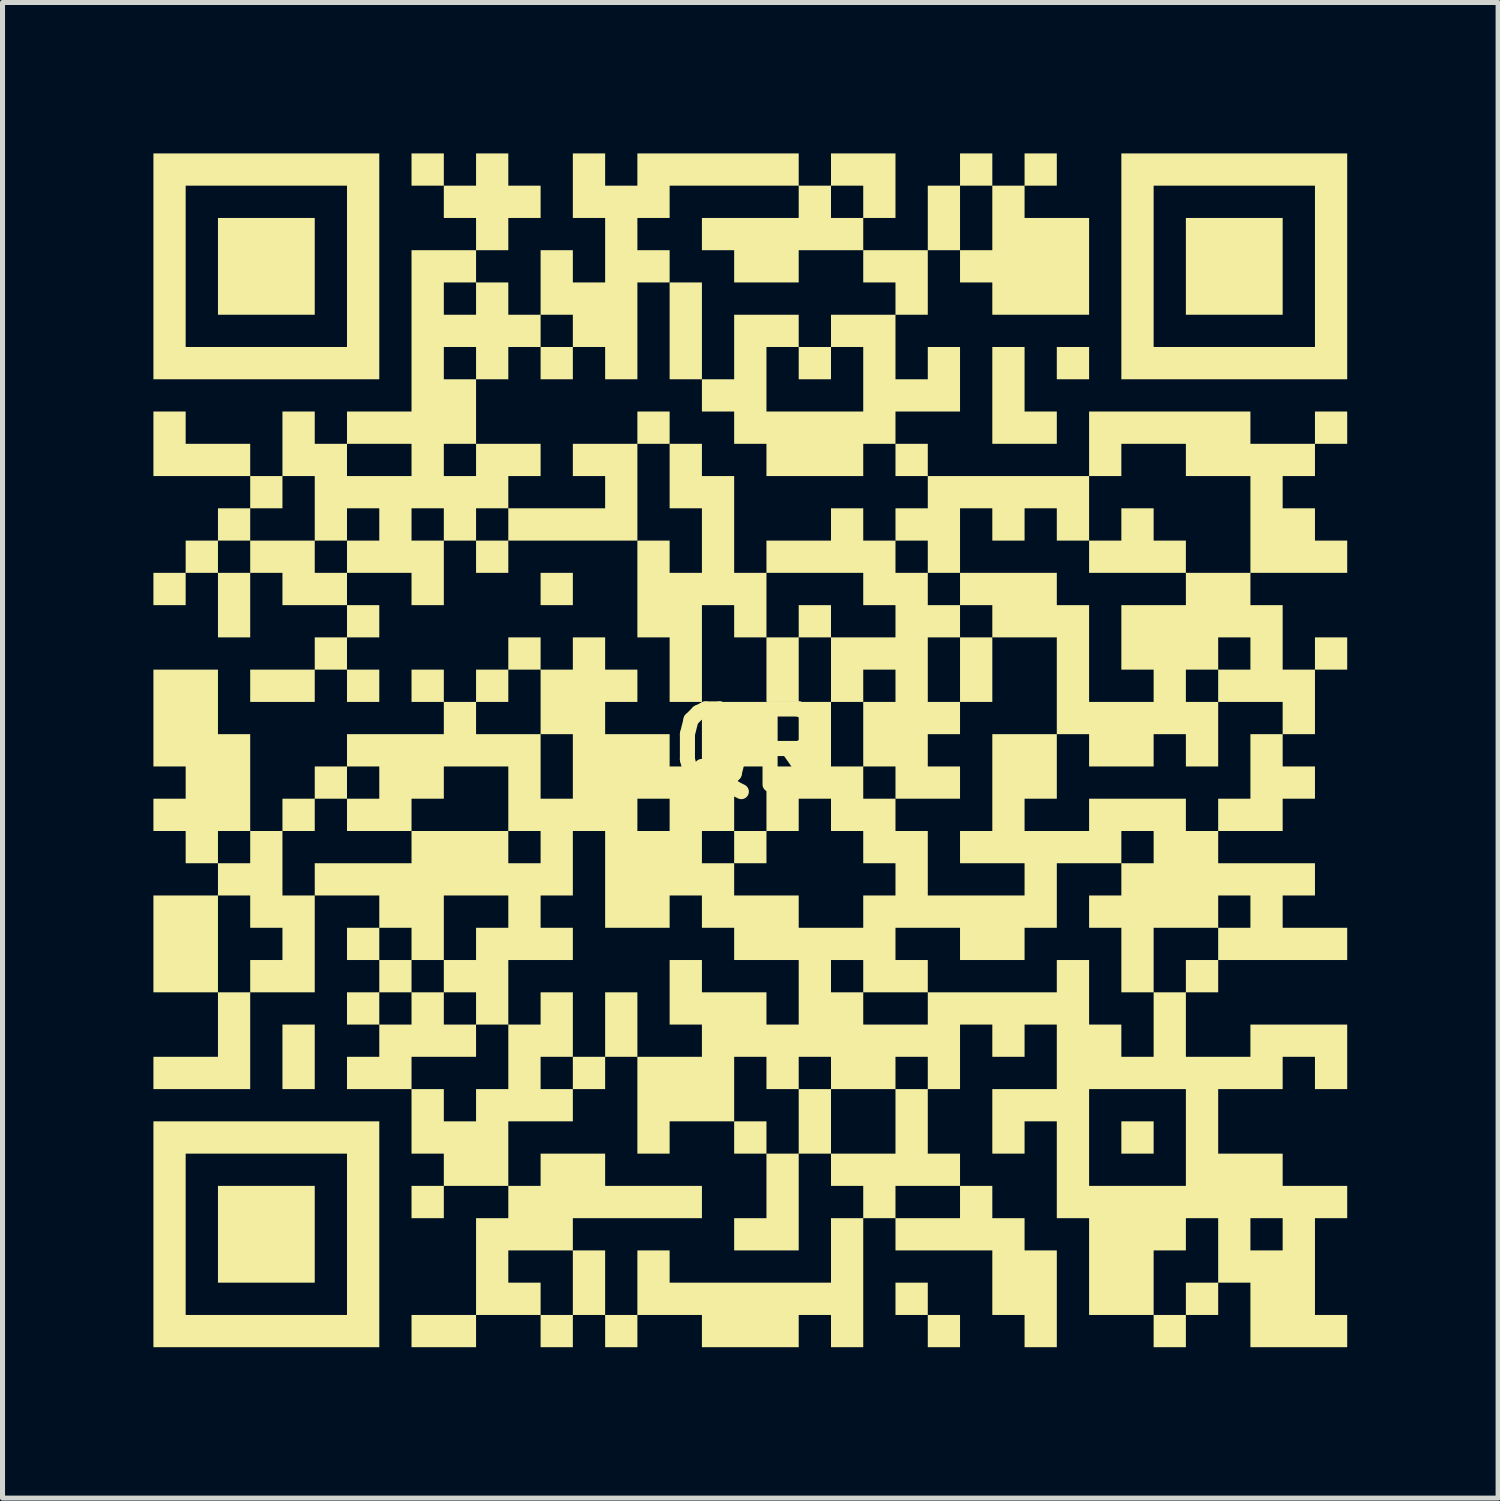
<source format=kicad_pcb>
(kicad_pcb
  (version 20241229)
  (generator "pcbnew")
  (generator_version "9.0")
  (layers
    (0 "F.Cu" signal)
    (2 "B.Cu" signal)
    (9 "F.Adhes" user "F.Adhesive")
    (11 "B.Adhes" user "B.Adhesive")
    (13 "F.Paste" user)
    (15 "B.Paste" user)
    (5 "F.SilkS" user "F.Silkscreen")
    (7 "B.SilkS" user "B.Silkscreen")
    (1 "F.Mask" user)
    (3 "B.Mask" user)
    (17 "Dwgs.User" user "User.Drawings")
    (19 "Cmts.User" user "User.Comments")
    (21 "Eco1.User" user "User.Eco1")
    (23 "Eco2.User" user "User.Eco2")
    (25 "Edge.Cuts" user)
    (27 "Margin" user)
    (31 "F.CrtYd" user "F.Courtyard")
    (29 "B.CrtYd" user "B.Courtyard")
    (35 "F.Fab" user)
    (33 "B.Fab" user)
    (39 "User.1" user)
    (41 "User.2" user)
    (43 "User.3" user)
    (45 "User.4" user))
  (footprint "QR"
    (layer "F.Cu")
    (at 11.866 11.866)
    (property "Reference" "QR" (at 0 0 0) (layer "F.SilkS") (effects (font (size 1.5 1.5) (thickness 0.3))))
    (attr board_only exclude_from_pos_files exclude_from_bom)
    (fp_poly (pts (xy -8.659 -9.621) (xy -8.659 -8.659) (xy -9.621 -8.659) (xy -10.583 -8.659) (xy -10.583 -9.621) (xy -10.583 -10.583) (xy -9.621 -10.583) (xy -8.659 -10.583)) (stroke (width 0) (type solid)) (fill yes) (layer "F.SilkS"))
    (fp_poly (pts (xy -8.659 6.093) (xy -8.659 6.735) (xy -8.98 6.735) (xy -9.301 6.735) (xy -9.301 6.093) (xy -9.301 5.452) (xy -8.98 5.452) (xy -8.659 5.452)) (stroke (width 0) (type solid)) (fill yes) (layer "F.SilkS"))
    (fp_poly (pts (xy -8.659 9.621) (xy -8.659 10.583) (xy -9.621 10.583) (xy -10.583 10.583) (xy -10.583 9.621) (xy -10.583 8.659) (xy -9.621 8.659) (xy -8.659 8.659)) (stroke (width 0) (type solid)) (fill yes) (layer "F.SilkS"))
    (fp_poly (pts (xy -7.376 -1.283) (xy -7.376 -0.962) (xy -7.697 -0.962) (xy -8.018 -0.962) (xy -8.018 -1.283) (xy -8.018 -1.604) (xy -7.697 -1.604) (xy -7.376 -1.604)) (stroke (width 0) (type solid)) (fill yes) (layer "F.SilkS"))
    (fp_poly (pts (xy -3.528 -7.697) (xy -3.528 -7.376) (xy -3.848 -7.376) (xy -4.169 -7.376) (xy -4.169 -7.697) (xy -4.169 -8.018) (xy -3.848 -8.018) (xy -3.528 -8.018)) (stroke (width 0) (type solid)) (fill yes) (layer "F.SilkS"))
    (fp_poly (pts (xy -3.528 -3.207) (xy -3.528 -2.886) (xy -3.848 -2.886) (xy -4.169 -2.886) (xy -4.169 -3.207) (xy -4.169 -3.528) (xy -3.848 -3.528) (xy -3.528 -3.528)) (stroke (width 0) (type solid)) (fill yes) (layer "F.SilkS"))
    (fp_poly (pts (xy -1.604 -6.414) (xy -1.604 -6.093) (xy -1.924 -6.093) (xy -2.245 -6.093) (xy -2.245 -6.414) (xy -2.245 -6.735) (xy -1.924 -6.735) (xy -1.604 -6.735)) (stroke (width 0) (type solid)) (fill yes) (layer "F.SilkS"))
    (fp_poly (pts (xy -0.962 -8.338) (xy -0.962 -7.376) (xy -1.283 -7.376) (xy -1.604 -7.376) (xy -1.604 -8.338) (xy -1.604 -9.301) (xy -1.283 -9.301) (xy -0.962 -9.301)) (stroke (width 0) (type solid)) (fill yes) (layer "F.SilkS"))
    (fp_poly (pts (xy 0.321 1.924) (xy 0.321 2.245) (xy -0.000001 2.245) (xy -0.321 2.245) (xy -0.321 1.924) (xy -0.321 1.604) (xy -0.000001 1.604) (xy 0.321 1.604)) (stroke (width 0) (type solid)) (fill yes) (layer "F.SilkS"))
    (fp_poly (pts (xy 1.604 -7.697) (xy 1.604 -7.376) (xy 1.283 -7.376) (xy 0.962 -7.376) (xy 0.962 -7.697) (xy 0.962 -8.018) (xy 1.283 -8.018) (xy 1.604 -8.018)) (stroke (width 0) (type solid)) (fill yes) (layer "F.SilkS"))
    (fp_poly (pts (xy 3.528 10.904) (xy 3.528 11.225) (xy 3.207 11.225) (xy 2.886 11.225) (xy 2.886 10.904) (xy 2.886 10.583) (xy 3.207 10.583) (xy 3.528 10.583)) (stroke (width 0) (type solid)) (fill yes) (layer "F.SilkS"))
    (fp_poly (pts (xy 4.169 11.545) (xy 4.169 11.866) (xy 3.848 11.866) (xy 3.528 11.866) (xy 3.528 11.545) (xy 3.528 11.225) (xy 3.848 11.225) (xy 4.169 11.225)) (stroke (width 0) (type solid)) (fill yes) (layer "F.SilkS"))
    (fp_poly (pts (xy 6.735 -7.697) (xy 6.735 -7.376) (xy 6.414 -7.376) (xy 6.093 -7.376) (xy 6.093 -7.697) (xy 6.093 -8.018) (xy 6.414 -8.018) (xy 6.735 -8.018)) (stroke (width 0) (type solid)) (fill yes) (layer "F.SilkS"))
    (fp_poly (pts (xy 8.018 7.697) (xy 8.018 8.018) (xy 7.697 8.018) (xy 7.376 8.018) (xy 7.376 7.697) (xy 7.376 7.376) (xy 7.697 7.376) (xy 8.018 7.376)) (stroke (width 0) (type solid)) (fill yes) (layer "F.SilkS"))
    (fp_poly (pts (xy 10.583 -9.621) (xy 10.583 -8.659) (xy 9.621 -8.659) (xy 8.659 -8.659) (xy 8.659 -9.621) (xy 8.659 -10.583) (xy 9.621 -10.583) (xy 10.583 -10.583)) (stroke (width 0) (type solid)) (fill yes) (layer "F.SilkS"))
    (fp_poly (pts (xy 5.452 -7.376) (xy 5.452 -6.735) (xy 5.773 -6.735) (xy 6.093 -6.735) (xy 6.093 -6.414) (xy 6.093 -6.093) (xy 5.452 -6.093) (xy 4.811 -6.093) (xy 4.811 -7.056) (xy 4.811 -8.018) (xy 5.131 -8.018) (xy 5.452 -8.018)) (stroke (width 0) (type solid)) (fill yes) (layer "F.SilkS"))
    (fp_poly (pts (xy -2.245 5.452) (xy -2.245 6.093) (xy -2.566 6.093) (xy -2.886 6.093) (xy -2.886 6.414) (xy -2.886 6.735) (xy -3.207 6.735) (xy -3.528 6.735) (xy -3.528 6.414) (xy -3.528 6.093) (xy -3.207 6.093) (xy -2.886 6.093) (xy -2.886 5.452) (xy -2.886 4.811) (xy -2.566 4.811) (xy -2.245 4.811)) (stroke (width 0) (type solid)) (fill yes) (layer "F.SilkS"))
    (fp_poly (pts (xy 8.018 -4.49) (xy 8.018 -4.169) (xy 8.338 -4.169) (xy 8.659 -4.169) (xy 8.659 -3.848) (xy 8.659 -3.528) (xy 7.697 -3.528) (xy 6.735 -3.528) (xy 6.735 -3.848) (xy 6.735 -4.169) (xy 7.056 -4.169) (xy 7.376 -4.169) (xy 7.376 -4.49) (xy 7.376 -4.811) (xy 7.697 -4.811) (xy 8.018 -4.811)) (stroke (width 0) (type solid)) (fill yes) (layer "F.SilkS"))
    (fp_poly (pts (xy -7.376 -9.621) (xy -7.376 -7.376) (xy -9.621 -7.376) (xy -11.866 -7.376) (xy -11.866 -9.621) (xy -11.225 -9.621) (xy -11.225 -8.018) (xy -9.621 -8.018) (xy -8.018 -8.018) (xy -8.018 -9.621) (xy -8.018 -11.225) (xy -9.621 -11.225) (xy -11.225 -11.225) (xy -11.225 -9.621) (xy -11.866 -9.621) (xy -11.866 -11.866) (xy -9.621 -11.866) (xy -7.376 -11.866)) (stroke (width 0) (type solid)) (fill yes) (layer "F.SilkS"))
    (fp_poly (pts (xy -7.376 9.621) (xy -7.376 11.866) (xy -9.621 11.866) (xy -11.866 11.866) (xy -11.866 9.621) (xy -11.225 9.621) (xy -11.225 11.225) (xy -9.621 11.225) (xy -8.018 11.225) (xy -8.018 9.621) (xy -8.018 8.018) (xy -9.621 8.018) (xy -11.225 8.018) (xy -11.225 9.621) (xy -11.866 9.621) (xy -11.866 7.376) (xy -9.621 7.376) (xy -7.376 7.376)) (stroke (width 0) (type solid)) (fill yes) (layer "F.SilkS"))
    (fp_poly (pts (xy 11.866 -9.621) (xy 11.866 -7.376) (xy 9.621 -7.376) (xy 7.376 -7.376) (xy 7.376 -9.621) (xy 8.018 -9.621) (xy 8.018 -8.018) (xy 9.621 -8.018) (xy 11.225 -8.018) (xy 11.225 -9.621) (xy 11.225 -11.225) (xy 9.621 -11.225) (xy 8.018 -11.225) (xy 8.018 -9.621) (xy 7.376 -9.621) (xy 7.376 -11.866) (xy 9.621 -11.866) (xy 11.866 -11.866)) (stroke (width 0) (type solid)) (fill yes) (layer "F.SilkS"))
    (fp_poly (pts (xy -7.376 -2.566) (xy -7.376 -2.245) (xy -7.697 -2.245) (xy -8.018 -2.245) (xy -8.018 -1.924) (xy -8.018 -1.604) (xy -8.338 -1.604) (xy -8.659 -1.604) (xy -8.659 -1.283) (xy -8.659 -0.962) (xy -9.301 -0.962) (xy -9.942 -0.962) (xy -9.942 -1.283) (xy -9.942 -1.604) (xy -9.301 -1.604) (xy -8.659 -1.604) (xy -8.659 -1.924) (xy -8.659 -2.245) (xy -8.338 -2.245) (xy -8.018 -2.245) (xy -8.018 -2.566) (xy -8.018 -2.886) (xy -7.697 -2.886) (xy -7.376 -2.886)) (stroke (width 0) (type solid)) (fill yes) (layer "F.SilkS"))
    (fp_poly (pts (xy 1.604 7.376) (xy 1.604 8.018) (xy 1.283 8.018) (xy 0.962 8.018) (xy 0.962 8.98) (xy 0.962 9.942) (xy 0.321 9.942) (xy -0.321 9.942) (xy -0.321 9.621) (xy -0.321 9.301) (xy -0.000001 9.301) (xy 0.321 9.301) (xy 0.321 8.659) (xy 0.321 8.018) (xy -0.000001 8.018) (xy -0.321 8.018) (xy -0.321 7.697) (xy -0.321 7.376) (xy -0.000001 7.376) (xy 0.321 7.376) (xy 0.321 7.697) (xy 0.321 8.018) (xy 0.641 8.018) (xy 0.962 8.018) (xy 0.962 7.376) (xy 0.962 6.735) (xy 1.283 6.735) (xy 1.604 6.735)) (stroke (width 0) (type solid)) (fill yes) (layer "F.SilkS"))
    (fp_poly (pts (xy -0.962 -5.773) (xy -0.962 -5.452) (xy -0.641 -5.452) (xy -0.321 -5.452) (xy -0.321 -4.49) (xy -0.321 -3.528) (xy -0.000001 -3.528) (xy 0.321 -3.528) (xy 0.321 -2.886) (xy 0.321 -2.245) (xy -0.000001 -2.245) (xy -0.321 -2.245) (xy -0.321 -2.566) (xy -0.321 -2.886) (xy -0.641 -2.886) (xy -0.962 -2.886) (xy -0.962 -1.924) (xy -0.962 -0.962) (xy -1.283 -0.962) (xy -1.604 -0.962) (xy -1.604 -1.604) (xy -1.604 -2.245) (xy -1.924 -2.245) (xy -2.245 -2.245) (xy -2.245 -3.207) (xy -2.245 -4.169) (xy -1.924 -4.169) (xy -1.604 -4.169) (xy -1.604 -3.848) (xy -1.604 -3.528) (xy -1.283 -3.528) (xy -0.962 -3.528) (xy -0.962 -4.169) (xy -0.962 -4.811) (xy -1.283 -4.811) (xy -1.604 -4.811) (xy -1.604 -5.452) (xy -1.604 -6.093) (xy -1.283 -6.093) (xy -0.962 -6.093)) (stroke (width 0) (type solid)) (fill yes) (layer "F.SilkS"))
    (fp_poly (pts (xy 2.245 -4.49) (xy 2.245 -4.169) (xy 2.566 -4.169) (xy 2.886 -4.169) (xy 2.886 -3.848) (xy 2.886 -3.528) (xy 3.207 -3.528) (xy 3.528 -3.528) (xy 3.528 -3.207) (xy 3.528 -2.886) (xy 3.848 -2.886) (xy 4.169 -2.886) (xy 4.169 -2.566) (xy 4.169 -2.245) (xy 3.848 -2.245) (xy 3.528 -2.245) (xy 3.528 -1.604) (xy 3.528 -0.962) (xy 3.848 -0.962) (xy 4.169 -0.962) (xy 4.169 -1.604) (xy 4.169 -2.245) (xy 4.49 -2.245) (xy 4.811 -2.245) (xy 4.811 -1.604) (xy 4.811 -0.962) (xy 4.49 -0.962) (xy 4.169 -0.962) (xy 4.169 -0.641) (xy 4.169 -0.321) (xy 3.848 -0.321) (xy 3.528 -0.321) (xy 3.528 -0.000001) (xy 3.528 0.321) (xy 3.848 0.321) (xy 4.169 0.321) (xy 4.169 0.641) (xy 4.169 0.962) (xy 3.528 0.962) (xy 2.886 0.962) (xy 2.886 0.641) (xy 2.886 0.321) (xy 2.566 0.321) (xy 2.245 0.321) (xy 2.245 -0.321) (xy 2.245 -0.962) (xy 1.924 -0.962) (xy 1.604 -0.962) (xy 1.604 -1.283) (xy 2.245 -1.283) (xy 2.245 -0.962) (xy 2.566 -0.962) (xy 2.886 -0.962) (xy 2.886 -1.283) (xy 2.886 -1.604) (xy 2.566 -1.604) (xy 2.245 -1.604) (xy 2.245 -1.283) (xy 1.604 -1.283) (xy 1.604 -1.604) (xy 1.604 -2.245) (xy 1.283 -2.245) (xy 0.962 -2.245) (xy 0.962 -1.604) (xy 0.962 -0.962) (xy 0.641 -0.962) (xy 0.321 -0.962) (xy 0.321 -1.604) (xy 0.321 -2.245) (xy 0.641 -2.245) (xy 0.962 -2.245) (xy 0.962 -2.566) (xy 0.962 -2.886) (xy 1.283 -2.886) (xy 1.604 -2.886) (xy 1.604 -2.566) (xy 1.604 -2.245) (xy 2.245 -2.245) (xy 2.886 -2.245) (xy 2.886 -2.566) (xy 2.886 -2.886) (xy 2.566 -2.886) (xy 2.245 -2.886) (xy 2.245 -3.207) (xy 2.245 -3.528) (xy 1.283 -3.528) (xy 0.321 -3.528) (xy 0.321 -3.848) (xy 0.321 -4.169) (xy 0.962 -4.169) (xy 1.604 -4.169) (xy 1.604 -4.49) (xy 1.604 -4.811) (xy 1.924 -4.811) (xy 2.245 -4.811)) (stroke (width 0) (type solid)) (fill yes) (layer "F.SilkS"))
    (fp_poly (pts (xy -6.093 -11.545) (xy -6.093 -11.225) (xy -5.773 -11.225) (xy -5.452 -11.225) (xy -5.452 -11.545) (xy -5.452 -11.866) (xy -5.131 -11.866) (xy -4.811 -11.866) (xy -4.811 -11.545) (xy -4.811 -11.225) (xy -4.49 -11.225) (xy -4.169 -11.225) (xy -4.169 -10.904) (xy -4.169 -10.583) (xy -4.49 -10.583) (xy -4.811 -10.583) (xy -4.811 -10.263) (xy -4.811 -9.942) (xy -5.131 -9.942) (xy -5.452 -9.942) (xy -5.452 -9.621) (xy -5.452 -9.301) (xy -5.773 -9.301) (xy -6.093 -9.301) (xy -6.093 -8.98) (xy -6.093 -8.659) (xy -5.773 -8.659) (xy -5.452 -8.659) (xy -5.452 -8.98) (xy -5.452 -9.301) (xy -5.131 -9.301) (xy -4.811 -9.301) (xy -4.811 -8.98) (xy -4.811 -8.659) (xy -4.49 -8.659) (xy -4.169 -8.659) (xy -4.169 -9.301) (xy -4.169 -9.942) (xy -3.848 -9.942) (xy -3.528 -9.942) (xy -3.528 -9.621) (xy -3.528 -9.301) (xy -3.207 -9.301) (xy -2.886 -9.301) (xy -2.886 -9.942) (xy -2.886 -10.583) (xy -3.207 -10.583) (xy -3.528 -10.583) (xy -3.528 -11.225) (xy -3.528 -11.866) (xy -3.207 -11.866) (xy -2.886 -11.866) (xy -2.886 -11.545) (xy -2.886 -11.225) (xy -2.566 -11.225) (xy -2.245 -11.225) (xy -2.245 -11.545) (xy -2.245 -11.866) (xy -0.641 -11.866) (xy 0.962 -11.866) (xy 0.962 -11.545) (xy 0.962 -11.225) (xy 1.283 -11.225) (xy 1.604 -11.225) (xy 1.604 -11.545) (xy 1.604 -11.866) (xy 2.245 -11.866) (xy 2.886 -11.866) (xy 2.886 -11.225) (xy 2.886 -10.583) (xy 2.566 -10.583) (xy 2.245 -10.583) (xy 2.245 -10.263) (xy 2.245 -9.942) (xy 2.886 -9.942) (xy 3.528 -9.942) (xy 3.528 -10.583) (xy 4.169 -10.583) (xy 4.169 -9.942) (xy 4.49 -9.942) (xy 4.811 -9.942) (xy 4.811 -10.583) (xy 4.811 -11.225) (xy 4.49 -11.225) (xy 4.169 -11.225) (xy 4.169 -10.583) (xy 3.528 -10.583) (xy 3.528 -11.225) (xy 3.848 -11.225) (xy 4.169 -11.225) (xy 4.169 -11.545) (xy 4.169 -11.866) (xy 4.49 -11.866) (xy 4.811 -11.866) (xy 4.811 -11.545) (xy 4.811 -11.225) (xy 5.131 -11.225) (xy 5.452 -11.225) (xy 5.452 -11.545) (xy 5.452 -11.866) (xy 5.773 -11.866) (xy 6.093 -11.866) (xy 6.093 -11.545) (xy 6.093 -11.225) (xy 5.773 -11.225) (xy 5.452 -11.225) (xy 5.452 -10.904) (xy 5.452 -10.583) (xy 6.093 -10.583) (xy 6.735 -10.583) (xy 6.735 -9.621) (xy 6.735 -8.659) (xy 5.773 -8.659) (xy 4.811 -8.659) (xy 4.811 -8.98) (xy 4.811 -9.301) (xy 4.49 -9.301) (xy 4.169 -9.301) (xy 4.169 -9.621) (xy 4.169 -9.942) (xy 3.848 -9.942) (xy 3.528 -9.942) (xy 3.528 -9.301) (xy 3.528 -8.659) (xy 3.207 -8.659) (xy 2.886 -8.659) (xy 2.886 -8.018) (xy 2.886 -7.376) (xy 3.207 -7.376) (xy 3.528 -7.376) (xy 3.528 -7.697) (xy 3.528 -8.018) (xy 3.848 -8.018) (xy 4.169 -8.018) (xy 4.169 -7.376) (xy 4.169 -6.735) (xy 3.528 -6.735) (xy 2.886 -6.735) (xy 2.886 -6.414) (xy 2.886 -6.093) (xy 2.566 -6.093) (xy 2.245 -6.093) (xy 2.245 -5.773) (xy 2.245 -5.452) (xy 1.283 -5.452) (xy 0.321 -5.452) (xy 0.321 -5.773) (xy 0.321 -6.093) (xy -0.000001 -6.093) (xy -0.321 -6.093) (xy -0.321 -6.414) (xy -0.321 -6.735) (xy -0.641 -6.735) (xy -0.962 -6.735) (xy -0.962 -7.056) (xy -0.962 -7.376) (xy -0.641 -7.376) (xy -0.321 -7.376) (xy -0.321 -8.018) (xy -0.321 -8.659) (xy 0.321 -8.659) (xy 0.962 -8.659) (xy 0.962 -8.338) (xy 0.962 -8.018) (xy 0.641 -8.018) (xy 0.321 -8.018) (xy 0.321 -7.376) (xy 0.321 -6.735) (xy 1.283 -6.735) (xy 2.245 -6.735) (xy 2.245 -7.376) (xy 2.245 -8.018) (xy 1.924 -8.018) (xy 1.604 -8.018) (xy 1.604 -8.338) (xy 1.604 -8.659) (xy 2.245 -8.659) (xy 2.886 -8.659) (xy 2.886 -8.98) (xy 2.886 -9.301) (xy 2.566 -9.301) (xy 2.245 -9.301) (xy 2.245 -9.621) (xy 2.245 -9.942) (xy 1.604 -9.942) (xy 0.962 -9.942) (xy 0.962 -9.621) (xy 0.962 -9.301) (xy 0.321 -9.301) (xy -0.321 -9.301) (xy -0.321 -9.621) (xy -0.321 -9.942) (xy -0.641 -9.942) (xy -0.962 -9.942) (xy -0.962 -10.263) (xy -0.962 -10.583) (xy -0.000001 -10.583) (xy 0.962 -10.583) (xy 0.962 -10.904) (xy 1.604 -10.904) (xy 1.604 -10.583) (xy 1.924 -10.583) (xy 2.245 -10.583) (xy 2.245 -10.904) (xy 2.245 -11.225) (xy 1.924 -11.225) (xy 1.604 -11.225) (xy 1.604 -10.904) (xy 0.962 -10.904) (xy 0.962 -11.225) (xy -0.321 -11.225) (xy -1.604 -11.225) (xy -1.604 -10.904) (xy -1.604 -10.583) (xy -1.924 -10.583) (xy -2.245 -10.583) (xy -2.245 -10.263) (xy -2.245 -9.942) (xy -1.924 -9.942) (xy -1.604 -9.942) (xy -1.604 -9.621) (xy -1.604 -9.301) (xy -1.924 -9.301) (xy -2.245 -9.301) (xy -2.245 -8.338) (xy -2.245 -7.376) (xy -2.566 -7.376) (xy -2.886 -7.376) (xy -2.886 -7.697) (xy -2.886 -8.018) (xy -3.207 -8.018) (xy -3.528 -8.018) (xy -3.528 -8.338) (xy -3.528 -8.659) (xy -3.848 -8.659) (xy -4.169 -8.659) (xy -4.169 -8.338) (xy -4.169 -8.018) (xy -4.49 -8.018) (xy -4.811 -8.018) (xy -4.811 -7.697) (xy -4.811 -7.376) (xy -5.131 -7.376) (xy -5.452 -7.376) (xy -5.452 -7.697) (xy -5.452 -8.018) (xy -5.773 -8.018) (xy -6.093 -8.018) (xy -6.093 -7.697) (xy -6.093 -7.376) (xy -5.773 -7.376) (xy -5.452 -7.376) (xy -5.452 -6.735) (xy -5.452 -6.093) (xy -5.773 -6.093) (xy -6.093 -6.093) (xy -6.093 -5.773) (xy -6.093 -5.452) (xy -5.773 -5.452) (xy -5.452 -5.452) (xy -5.452 -5.773) (xy -5.452 -6.093) (xy -4.811 -6.093) (xy -4.169 -6.093) (xy -4.169 -5.773) (xy -4.169 -5.452) (xy -4.49 -5.452) (xy -4.811 -5.452) (xy -4.811 -5.131) (xy -4.811 -4.811) (xy -5.131 -4.811) (xy -5.452 -4.811) (xy -5.452 -4.49) (xy -5.452 -4.169) (xy -5.131 -4.169) (xy -4.811 -4.169) (xy -4.811 -4.49) (xy -4.811 -4.811) (xy -3.848 -4.811) (xy -2.886 -4.811) (xy -2.886 -5.131) (xy -2.886 -5.452) (xy -3.207 -5.452) (xy -3.528 -5.452) (xy -3.528 -5.773) (xy -3.528 -6.093) (xy -2.886 -6.093) (xy -2.245 -6.093) (xy -2.245 -5.131) (xy -2.245 -4.169) (xy -3.528 -4.169) (xy -4.811 -4.169) (xy -4.811 -3.848) (xy -4.811 -3.528) (xy -5.131 -3.528) (xy -5.452 -3.528) (xy -5.452 -3.848) (xy -5.452 -4.169) (xy -5.773 -4.169) (xy -6.093 -4.169) (xy -6.093 -3.528) (xy -6.093 -2.886) (xy -6.414 -2.886) (xy -6.735 -2.886) (xy -6.735 -3.207) (xy -6.735 -3.528) (xy -7.376 -3.528) (xy -8.018 -3.528) (xy -8.018 -3.207) (xy -8.018 -2.886) (xy -8.659 -2.886) (xy -9.301 -2.886) (xy -9.301 -3.207) (xy -9.301 -3.528) (xy -9.621 -3.528) (xy -9.942 -3.528) (xy -9.942 -2.886) (xy -9.942 -2.245) (xy -10.263 -2.245) (xy -10.583 -2.245) (xy -10.583 -2.886) (xy -10.583 -3.528) (xy -10.904 -3.528) (xy -11.225 -3.528) (xy -11.225 -3.207) (xy -11.225 -2.886) (xy -11.545 -2.886) (xy -11.866 -2.886) (xy -11.866 -3.207) (xy -11.866 -3.528) (xy -11.545 -3.528) (xy -11.225 -3.528) (xy -11.225 -3.848) (xy -11.225 -4.169) (xy -10.904 -4.169) (xy -10.583 -4.169) (xy -10.583 -3.848) (xy -10.583 -3.528) (xy -10.263 -3.528) (xy -9.942 -3.528) (xy -9.942 -3.848) (xy -9.942 -4.169) (xy -9.301 -4.169) (xy -8.659 -4.169) (xy -8.659 -3.848) (xy -8.659 -3.528) (xy -8.338 -3.528) (xy -8.018 -3.528) (xy -8.018 -3.848) (xy -8.018 -4.169) (xy -7.697 -4.169) (xy -7.376 -4.169) (xy -7.376 -4.49) (xy -6.735 -4.49) (xy -6.735 -4.169) (xy -6.414 -4.169) (xy -6.093 -4.169) (xy -6.093 -4.49) (xy -6.093 -4.811) (xy -6.414 -4.811) (xy -6.735 -4.811) (xy -6.735 -4.49) (xy -7.376 -4.49) (xy -7.376 -4.811) (xy -7.697 -4.811) (xy -8.018 -4.811) (xy -8.018 -4.49) (xy -8.018 -4.169) (xy -8.338 -4.169) (xy -8.659 -4.169) (xy -8.659 -4.811) (xy -8.659 -5.452) (xy -8.98 -5.452) (xy -9.301 -5.452) (xy -9.301 -5.131) (xy -9.301 -4.811) (xy -9.621 -4.811) (xy -9.942 -4.811) (xy -9.942 -4.49) (xy -9.942 -4.169) (xy -10.263 -4.169) (xy -10.583 -4.169) (xy -10.583 -4.49) (xy -10.583 -4.811) (xy -10.263 -4.811) (xy -9.942 -4.811) (xy -9.942 -5.131) (xy -9.942 -5.452) (xy -10.904 -5.452) (xy -11.866 -5.452) (xy -11.866 -6.093) (xy -11.866 -6.735) (xy -11.545 -6.735) (xy -11.225 -6.735) (xy -11.225 -6.414) (xy -11.225 -6.093) (xy -10.583 -6.093) (xy -9.942 -6.093) (xy -9.942 -5.773) (xy -9.942 -5.452) (xy -9.621 -5.452) (xy -9.301 -5.452) (xy -9.301 -5.773) (xy -8.018 -5.773) (xy -8.018 -5.452) (xy -7.376 -5.452) (xy -6.735 -5.452) (xy -6.735 -5.773) (xy -6.735 -6.093) (xy -7.376 -6.093) (xy -8.018 -6.093) (xy -8.018 -5.773) (xy -9.301 -5.773) (xy -9.301 -6.093) (xy -9.301 -6.735) (xy -8.98 -6.735) (xy -8.659 -6.735) (xy -8.659 -6.414) (xy -8.659 -6.093) (xy -8.338 -6.093) (xy -8.018 -6.093) (xy -8.018 -6.414) (xy -8.018 -6.735) (xy -7.376 -6.735) (xy -6.735 -6.735) (xy -6.735 -8.338) (xy -6.735 -9.942) (xy -6.093 -9.942) (xy -5.452 -9.942) (xy -5.452 -10.263) (xy -5.452 -10.583) (xy -5.773 -10.583) (xy -6.093 -10.583) (xy -6.093 -10.904) (xy -6.093 -11.225) (xy -6.414 -11.225) (xy -6.735 -11.225) (xy -6.735 -11.545) (xy -6.735 -11.866) (xy -6.414 -11.866) (xy -6.093 -11.866)) (stroke (width 0) (type solid)) (fill yes) (layer "F.SilkS"))
    (fp_poly (pts (xy 9.942 -6.414) (xy 9.942 -6.093) (xy 10.583 -6.093) (xy 11.225 -6.093) (xy 11.225 -6.414) (xy 11.225 -6.735) (xy 11.545 -6.735) (xy 11.866 -6.735) (xy 11.866 -6.414) (xy 11.866 -6.093) (xy 11.545 -6.093) (xy 11.225 -6.093) (xy 11.225 -5.773) (xy 11.225 -5.452) (xy 10.904 -5.452) (xy 10.583 -5.452) (xy 10.583 -5.131) (xy 10.583 -4.811) (xy 10.904 -4.811) (xy 11.225 -4.811) (xy 11.225 -4.49) (xy 11.225 -4.169) (xy 11.545 -4.169) (xy 11.866 -4.169) (xy 11.866 -3.848) (xy 11.866 -3.528) (xy 10.904 -3.528) (xy 9.942 -3.528) (xy 9.942 -3.207) (xy 9.942 -2.886) (xy 10.263 -2.886) (xy 10.583 -2.886) (xy 10.583 -2.245) (xy 10.583 -1.604) (xy 10.904 -1.604) (xy 11.225 -1.604) (xy 11.225 -1.924) (xy 11.225 -2.245) (xy 11.545 -2.245) (xy 11.866 -2.245) (xy 11.866 -1.924) (xy 11.866 -1.604) (xy 11.545 -1.604) (xy 11.225 -1.604) (xy 11.225 -0.962) (xy 11.225 -0.321) (xy 10.904 -0.321) (xy 10.583 -0.321) (xy 10.583 -0.000001) (xy 10.583 0.321) (xy 10.904 0.321) (xy 11.225 0.321) (xy 11.225 0.641) (xy 11.225 0.962) (xy 10.904 0.962) (xy 10.583 0.962) (xy 10.583 1.283) (xy 10.583 1.604) (xy 9.942 1.604) (xy 9.301 1.604) (xy 9.301 1.924) (xy 9.301 2.245) (xy 10.263 2.245) (xy 11.225 2.245) (xy 11.225 2.566) (xy 11.225 2.886) (xy 10.904 2.886) (xy 10.583 2.886) (xy 10.583 3.207) (xy 10.583 3.528) (xy 11.225 3.528) (xy 11.866 3.528) (xy 11.866 3.848) (xy 11.866 4.169) (xy 10.583 4.169) (xy 9.301 4.169) (xy 9.301 4.49) (xy 9.301 4.811) (xy 8.98 4.811) (xy 8.659 4.811) (xy 8.659 5.452) (xy 8.659 6.093) (xy 9.301 6.093) (xy 9.942 6.093) (xy 9.942 5.773) (xy 9.942 5.452) (xy 10.904 5.452) (xy 11.866 5.452) (xy 11.866 6.093) (xy 11.866 6.735) (xy 11.545 6.735) (xy 11.225 6.735) (xy 11.225 6.414) (xy 11.225 6.093) (xy 10.904 6.093) (xy 10.583 6.093) (xy 10.583 6.414) (xy 10.583 6.735) (xy 9.942 6.735) (xy 9.301 6.735) (xy 9.301 7.376) (xy 9.301 8.018) (xy 9.942 8.018) (xy 10.583 8.018) (xy 10.583 8.338) (xy 10.583 8.659) (xy 11.225 8.659) (xy 11.866 8.659) (xy 11.866 8.98) (xy 11.866 9.301) (xy 11.545 9.301) (xy 11.225 9.301) (xy 11.225 10.263) (xy 11.225 11.225) (xy 11.545 11.225) (xy 11.866 11.225) (xy 11.866 11.545) (xy 11.866 11.866) (xy 10.904 11.866) (xy 9.942 11.866) (xy 9.942 11.225) (xy 9.942 10.583) (xy 9.621 10.583) (xy 9.301 10.583) (xy 9.301 10.904) (xy 9.301 11.225) (xy 8.98 11.225) (xy 8.659 11.225) (xy 8.659 11.545) (xy 8.659 11.866) (xy 8.338 11.866) (xy 8.018 11.866) (xy 8.018 11.545) (xy 8.018 11.225) (xy 7.376 11.225) (xy 6.735 11.225) (xy 6.735 10.263) (xy 6.735 9.942) (xy 8.018 9.942) (xy 8.018 10.583) (xy 8.018 11.225) (xy 8.338 11.225) (xy 8.659 11.225) (xy 8.659 10.904) (xy 8.659 10.583) (xy 8.98 10.583) (xy 9.301 10.583) (xy 9.301 9.942) (xy 9.301 9.621) (xy 9.942 9.621) (xy 9.942 9.942) (xy 10.263 9.942) (xy 10.583 9.942) (xy 10.583 9.621) (xy 10.583 9.301) (xy 10.263 9.301) (xy 9.942 9.301) (xy 9.942 9.621) (xy 9.301 9.621) (xy 9.301 9.301) (xy 8.98 9.301) (xy 8.659 9.301) (xy 8.659 9.621) (xy 8.659 9.942) (xy 8.338 9.942) (xy 8.018 9.942) (xy 6.735 9.942) (xy 6.735 9.301) (xy 6.414 9.301) (xy 6.093 9.301) (xy 6.093 8.338) (xy 6.093 7.697) (xy 6.735 7.697) (xy 6.735 8.659) (xy 7.697 8.659) (xy 8.659 8.659) (xy 8.659 7.697) (xy 8.659 6.735) (xy 7.697 6.735) (xy 6.735 6.735) (xy 6.735 7.697) (xy 6.093 7.697) (xy 6.093 7.376) (xy 5.773 7.376) (xy 5.452 7.376) (xy 5.452 7.697) (xy 5.452 8.018) (xy 5.131 8.018) (xy 4.811 8.018) (xy 4.811 7.376) (xy 4.811 6.735) (xy 5.452 6.735) (xy 6.093 6.735) (xy 6.093 6.093) (xy 6.093 5.452) (xy 5.773 5.452) (xy 5.452 5.452) (xy 5.452 5.773) (xy 5.452 6.093) (xy 5.131 6.093) (xy 4.811 6.093) (xy 4.811 5.773) (xy 4.811 5.452) (xy 4.49 5.452) (xy 4.169 5.452) (xy 4.169 6.093) (xy 4.169 6.735) (xy 3.848 6.735) (xy 3.528 6.735) (xy 3.528 7.376) (xy 3.528 8.018) (xy 3.848 8.018) (xy 4.169 8.018) (xy 4.169 8.338) (xy 4.169 8.659) (xy 3.528 8.659) (xy 2.886 8.659) (xy 2.886 8.98) (xy 2.886 9.301) (xy 3.528 9.301) (xy 4.169 9.301) (xy 4.169 8.98) (xy 4.169 8.659) (xy 4.49 8.659) (xy 4.811 8.659) (xy 4.811 8.98) (xy 4.811 9.301) (xy 5.131 9.301) (xy 5.452 9.301) (xy 5.452 9.621) (xy 5.452 9.942) (xy 5.773 9.942) (xy 6.093 9.942) (xy 6.093 10.904) (xy 6.093 11.866) (xy 5.773 11.866) (xy 5.452 11.866) (xy 5.452 11.545) (xy 5.452 11.225) (xy 5.131 11.225) (xy 4.811 11.225) (xy 4.811 10.583) (xy 4.811 9.942) (xy 3.848 9.942) (xy 2.886 9.942) (xy 2.886 9.621) (xy 2.886 9.301) (xy 2.566 9.301) (xy 2.245 9.301) (xy 2.245 10.583) (xy 2.245 11.866) (xy 1.924 11.866) (xy 1.604 11.866) (xy 1.604 11.545) (xy 1.604 11.225) (xy 1.283 11.225) (xy 0.962 11.225) (xy 0.962 11.545) (xy 0.962 11.866) (xy -0.000001 11.866) (xy -0.962 11.866) (xy -0.962 11.545) (xy -0.962 11.225) (xy -1.604 11.225) (xy -2.245 11.225) (xy -2.245 11.545) (xy -2.245 11.866) (xy -2.566 11.866) (xy -2.886 11.866) (xy -2.886 11.545) (xy -2.886 11.225) (xy -3.207 11.225) (xy -3.528 11.225) (xy -3.528 11.545) (xy -3.528 11.866) (xy -3.848 11.866) (xy -4.169 11.866) (xy -4.169 11.545) (xy -4.169 11.225) (xy -4.811 11.225) (xy -5.452 11.225) (xy -5.452 11.545) (xy -5.452 11.866) (xy -6.093 11.866) (xy -6.735 11.866) (xy -6.735 11.545) (xy -6.735 11.225) (xy -6.093 11.225) (xy -5.452 11.225) (xy -5.452 10.263) (xy -5.452 9.301) (xy -5.131 9.301) (xy -4.811 9.301) (xy -4.811 8.98) (xy -4.811 8.659) (xy -5.452 8.659) (xy -6.093 8.659) (xy -6.093 8.98) (xy -6.093 9.301) (xy -6.414 9.301) (xy -6.735 9.301) (xy -6.735 8.98) (xy -6.735 8.659) (xy -6.414 8.659) (xy -6.093 8.659) (xy -6.093 8.338) (xy -6.093 8.018) (xy -6.414 8.018) (xy -6.735 8.018) (xy -6.735 7.376) (xy -6.735 6.735) (xy -6.414 6.735) (xy -6.093 6.735) (xy -6.093 7.056) (xy -6.093 7.376) (xy -5.773 7.376) (xy -5.452 7.376) (xy -5.452 7.056) (xy -5.452 6.735) (xy -5.131 6.735) (xy -4.811 6.735) (xy -4.811 6.093) (xy -4.811 5.452) (xy -4.49 5.452) (xy -4.169 5.452) (xy -4.169 5.131) (xy -4.169 4.811) (xy -3.848 4.811) (xy -3.528 4.811) (xy -3.528 5.452) (xy -3.528 6.093) (xy -3.848 6.093) (xy -4.169 6.093) (xy -4.169 6.414) (xy -4.169 6.735) (xy -3.848 6.735) (xy -3.528 6.735) (xy -3.528 7.056) (xy -3.528 7.376) (xy -4.169 7.376) (xy -4.811 7.376) (xy -4.811 8.018) (xy -4.811 8.659) (xy -4.49 8.659) (xy -4.169 8.659) (xy -4.169 8.338) (xy -4.169 8.018) (xy -3.528 8.018) (xy -2.886 8.018) (xy -2.886 8.338) (xy -2.886 8.659) (xy -1.924 8.659) (xy -0.962 8.659) (xy -0.962 8.98) (xy -0.962 9.301) (xy -2.245 9.301) (xy -3.528 9.301) (xy -3.528 9.621) (xy -3.528 9.942) (xy -4.169 9.942) (xy -4.811 9.942) (xy -4.811 10.263) (xy -4.811 10.583) (xy -4.49 10.583) (xy -4.169 10.583) (xy -4.169 10.904) (xy -4.169 11.225) (xy -3.848 11.225) (xy -3.528 11.225) (xy -3.528 10.583) (xy -3.528 9.942) (xy -3.207 9.942) (xy -2.886 9.942) (xy -2.886 10.583) (xy -2.886 11.225) (xy -2.566 11.225) (xy -2.245 11.225) (xy -2.245 10.583) (xy -2.245 9.942) (xy -1.924 9.942) (xy -1.604 9.942) (xy -1.604 10.263) (xy -1.604 10.583) (xy -0.000001 10.583) (xy 1.604 10.583) (xy 1.604 9.942) (xy 1.604 9.301) (xy 1.924 9.301) (xy 2.245 9.301) (xy 2.245 8.98) (xy 2.245 8.659) (xy 1.924 8.659) (xy 1.604 8.659) (xy 1.604 8.338) (xy 1.604 8.018) (xy 2.245 8.018) (xy 2.886 8.018) (xy 2.886 7.376) (xy 2.886 6.735) (xy 3.207 6.735) (xy 3.528 6.735) (xy 3.528 6.414) (xy 3.528 6.093) (xy 3.207 6.093) (xy 2.886 6.093) (xy 2.886 6.414) (xy 2.886 6.735) (xy 2.245 6.735) (xy 1.604 6.735) (xy 1.604 6.414) (xy 1.604 6.093) (xy 1.283 6.093) (xy 0.962 6.093) (xy 0.962 6.414) (xy 0.962 6.735) (xy 0.641 6.735) (xy 0.321 6.735) (xy 0.321 6.414) (xy 0.321 6.093) (xy -0.000001 6.093) (xy -0.321 6.093) (xy -0.321 6.735) (xy -0.321 7.376) (xy -0.962 7.376) (xy -1.604 7.376) (xy -1.604 7.697) (xy -1.604 8.018) (xy -1.924 8.018) (xy -2.245 8.018) (xy -2.245 7.056) (xy -2.245 6.093) (xy -1.604 6.093) (xy -0.962 6.093) (xy -0.962 5.773) (xy -0.962 5.452) (xy -1.283 5.452) (xy -1.604 5.452) (xy -1.604 4.811) (xy -1.604 4.169) (xy -1.283 4.169) (xy -0.962 4.169) (xy -0.962 4.49) (xy -0.962 4.811) (xy -0.321 4.811) (xy 0.321 4.811) (xy 0.321 5.131) (xy 0.321 5.452) (xy 0.641 5.452) (xy 0.962 5.452) (xy 0.962 4.811) (xy 0.962 4.169) (xy 1.604 4.169) (xy 1.604 4.49) (xy 1.604 4.811) (xy 1.924 4.811) (xy 2.245 4.811) (xy 2.245 5.131) (xy 2.245 5.452) (xy 2.886 5.452) (xy 3.528 5.452) (xy 3.528 5.131) (xy 3.528 4.811) (xy 4.811 4.811) (xy 6.093 4.811) (xy 6.093 4.49) (xy 6.093 4.169) (xy 6.414 4.169) (xy 6.735 4.169) (xy 6.735 4.811) (xy 6.735 5.452) (xy 7.056 5.452) (xy 7.376 5.452) (xy 7.376 5.773) (xy 7.376 6.093) (xy 7.697 6.093) (xy 8.018 6.093) (xy 8.018 5.452) (xy 8.018 4.811) (xy 8.338 4.811) (xy 8.659 4.811) (xy 8.659 4.49) (xy 8.659 4.169) (xy 8.98 4.169) (xy 9.301 4.169) (xy 9.301 3.848) (xy 9.301 3.528) (xy 9.621 3.528) (xy 9.942 3.528) (xy 9.942 3.207) (xy 9.942 2.886) (xy 9.621 2.886) (xy 9.301 2.886) (xy 9.301 3.207) (xy 9.301 3.528) (xy 8.659 3.528) (xy 8.018 3.528) (xy 8.018 4.169) (xy 8.018 4.811) (xy 7.697 4.811) (xy 7.376 4.811) (xy 7.376 4.169) (xy 7.376 3.528) (xy 7.056 3.528) (xy 6.735 3.528) (xy 6.735 3.207) (xy 6.735 2.886) (xy 7.056 2.886) (xy 7.376 2.886) (xy 7.376 2.566) (xy 7.376 2.245) (xy 7.697 2.245) (xy 8.018 2.245) (xy 8.018 1.924) (xy 8.018 1.604) (xy 7.697 1.604) (xy 7.376 1.604) (xy 7.376 1.924) (xy 7.376 2.245) (xy 6.735 2.245) (xy 6.093 2.245) (xy 6.093 2.886) (xy 6.093 3.528) (xy 5.773 3.528) (xy 5.452 3.528) (xy 5.452 3.848) (xy 5.452 4.169) (xy 4.811 4.169) (xy 4.169 4.169) (xy 4.169 3.848) (xy 4.169 3.528) (xy 3.528 3.528) (xy 2.886 3.528) (xy 2.886 3.848) (xy 2.886 4.169) (xy 3.207 4.169) (xy 3.528 4.169) (xy 3.528 4.49) (xy 3.528 4.811) (xy 2.886 4.811) (xy 2.245 4.811) (xy 2.245 4.49) (xy 2.245 4.169) (xy 1.924 4.169) (xy 1.604 4.169) (xy 0.962 4.169) (xy 0.321 4.169) (xy -0.321 4.169) (xy -0.321 3.848) (xy -0.321 3.528) (xy -0.641 3.528) (xy -0.962 3.528) (xy -0.962 3.207) (xy -0.962 2.886) (xy -1.283 2.886) (xy -1.604 2.886) (xy -1.604 3.207) (xy -1.604 3.528) (xy -2.245 3.528) (xy -2.886 3.528) (xy -2.886 2.566) (xy -2.886 1.604) (xy -3.207 1.604) (xy -3.528 1.604) (xy -3.528 2.245) (xy -3.528 2.886) (xy -3.848 2.886) (xy -4.169 2.886) (xy -4.169 3.207) (xy -4.169 3.528) (xy -3.848 3.528) (xy -3.528 3.528) (xy -3.528 3.848) (xy -3.528 4.169) (xy -4.169 4.169) (xy -4.811 4.169) (xy -4.811 4.811) (xy -4.811 5.452) (xy -5.131 5.452) (xy -5.452 5.452) (xy -5.452 5.131) (xy -5.452 4.811) (xy -5.773 4.811) (xy -6.093 4.811) (xy -6.093 5.131) (xy -6.093 5.452) (xy -5.773 5.452) (xy -5.452 5.452) (xy -5.452 5.773) (xy -5.452 6.093) (xy -6.093 6.093) (xy -6.735 6.093) (xy -6.735 6.414) (xy -6.735 6.735) (xy -7.376 6.735) (xy -8.018 6.735) (xy -8.018 6.414) (xy -8.018 6.093) (xy -7.697 6.093) (xy -7.376 6.093) (xy -7.376 5.773) (xy -7.376 5.452) (xy -7.697 5.452) (xy -8.018 5.452) (xy -8.018 5.131) (xy -8.018 4.811) (xy -7.697 4.811) (xy -7.376 4.811) (xy -7.376 4.49) (xy -7.376 4.169) (xy -7.056 4.169) (xy -6.735 4.169) (xy -6.735 4.49) (xy -6.735 4.811) (xy -7.056 4.811) (xy -7.376 4.811) (xy -7.376 5.131) (xy -7.376 5.452) (xy -7.056 5.452) (xy -6.735 5.452) (xy -6.735 5.131) (xy -6.735 4.811) (xy -6.414 4.811) (xy -6.093 4.811) (xy -6.093 4.49) (xy -6.093 4.169) (xy -5.773 4.169) (xy -5.452 4.169) (xy -5.452 3.848) (xy -5.452 3.528) (xy -5.131 3.528) (xy -4.811 3.528) (xy -4.811 3.207) (xy -4.811 2.886) (xy -5.452 2.886) (xy -6.093 2.886) (xy -6.093 3.528) (xy -6.093 4.169) (xy -6.414 4.169) (xy -6.735 4.169) (xy -6.735 3.848) (xy -6.735 3.528) (xy -7.056 3.528) (xy -7.376 3.528) (xy -7.376 3.848) (xy -7.376 4.169) (xy -7.697 4.169) (xy -8.018 4.169) (xy -8.018 3.848) (xy -8.018 3.528) (xy -7.697 3.528) (xy -7.376 3.528) (xy -7.376 3.207) (xy -7.376 2.886) (xy -8.018 2.886) (xy -8.659 2.886) (xy -8.659 3.848) (xy -8.659 4.811) (xy -9.301 4.811) (xy -9.942 4.811) (xy -9.942 5.773) (xy -9.942 6.735) (xy -10.904 6.735) (xy -11.866 6.735) (xy -11.866 6.414) (xy -11.866 6.093) (xy -11.225 6.093) (xy -10.583 6.093) (xy -10.583 5.452) (xy -10.583 4.811) (xy -11.225 4.811) (xy -11.866 4.811) (xy -11.866 3.848) (xy -10.583 3.848) (xy -10.583 4.811) (xy -10.263 4.811) (xy -9.942 4.811) (xy -9.942 4.49) (xy -9.942 4.169) (xy -9.621 4.169) (xy -9.301 4.169) (xy -9.301 3.848) (xy -9.301 3.528) (xy -9.621 3.528) (xy -9.942 3.528) (xy -9.942 3.207) (xy -9.942 2.886) (xy -10.263 2.886) (xy -10.583 2.886) (xy -10.583 3.848) (xy -11.866 3.848) (xy -11.866 2.886) (xy -11.225 2.886) (xy -10.583 2.886) (xy -10.583 2.566) (xy -10.583 2.245) (xy -10.904 2.245) (xy -11.225 2.245) (xy -11.225 1.924) (xy -10.583 1.924) (xy -10.583 2.245) (xy -10.263 2.245) (xy -9.942 2.245) (xy -9.942 1.924) (xy -9.942 1.604) (xy -10.263 1.604) (xy -10.583 1.604) (xy -10.583 1.924) (xy -11.225 1.924) (xy -11.225 1.604) (xy -11.545 1.604) (xy -11.866 1.604) (xy -11.866 1.283) (xy -11.866 0.962) (xy -11.545 0.962) (xy -11.225 0.962) (xy -11.225 0.641) (xy -11.225 0.321) (xy -11.545 0.321) (xy -11.866 0.321) (xy -11.866 -0.641) (xy -11.866 -1.604) (xy -11.225 -1.604) (xy -10.583 -1.604) (xy -10.583 -0.962) (xy -10.583 -0.321) (xy -10.263 -0.321) (xy -9.942 -0.321) (xy -9.942 0.641) (xy -9.942 1.604) (xy -9.621 1.604) (xy -9.301 1.604) (xy -9.301 2.245) (xy -9.301 2.886) (xy -8.98 2.886) (xy -8.659 2.886) (xy -8.659 2.566) (xy -8.659 2.245) (xy -7.697 2.245) (xy -6.735 2.245) (xy -6.735 1.924) (xy -4.811 1.924) (xy -4.811 2.245) (xy -4.49 2.245) (xy -4.169 2.245) (xy -4.169 1.924) (xy -4.169 1.604) (xy -4.49 1.604) (xy -4.811 1.604) (xy -4.811 1.924) (xy -6.735 1.924) (xy -6.735 1.604) (xy -5.773 1.604) (xy -4.811 1.604) (xy -4.811 1.283) (xy -2.245 1.283) (xy -2.245 1.604) (xy -1.924 1.604) (xy -1.604 1.604) (xy -1.604 1.283) (xy -1.604 0.962) (xy -1.924 0.962) (xy -2.245 0.962) (xy -2.245 1.283) (xy -4.811 1.283) (xy -4.811 0.962) (xy -4.811 0.321) (xy -4.169 0.321) (xy -4.169 0.962) (xy -3.848 0.962) (xy -3.528 0.962) (xy -3.528 0.321) (xy -3.528 -0.321) (xy -3.848 -0.321) (xy -4.169 -0.321) (xy -4.169 0.321) (xy -4.811 0.321) (xy -5.452 0.321) (xy -6.093 0.321) (xy -6.093 0.641) (xy -6.093 0.962) (xy -6.414 0.962) (xy -6.735 0.962) (xy -6.735 1.283) (xy -6.735 1.604) (xy -7.376 1.604) (xy -8.018 1.604) (xy -8.018 1.283) (xy -8.018 0.962) (xy -7.697 0.962) (xy -7.376 0.962) (xy -7.376 0.641) (xy -7.376 0.321) (xy -7.697 0.321) (xy -8.018 0.321) (xy -8.018 0.641) (xy -8.018 0.962) (xy -8.338 0.962) (xy -8.659 0.962) (xy -8.659 1.283) (xy -8.659 1.604) (xy -8.98 1.604) (xy -9.301 1.604) (xy -9.301 1.283) (xy -9.301 0.962) (xy -8.98 0.962) (xy -8.659 0.962) (xy -8.659 0.641) (xy -8.659 0.321) (xy -8.338 0.321) (xy -8.018 0.321) (xy -8.018 -0.000001) (xy -8.018 -0.321) (xy -7.056 -0.321) (xy -6.093 -0.321) (xy -6.093 -0.641) (xy -6.093 -0.962) (xy -6.414 -0.962) (xy -6.735 -0.962) (xy -6.735 -1.283) (xy -6.735 -1.604) (xy -6.414 -1.604) (xy -6.093 -1.604) (xy -6.093 -1.283) (xy -6.093 -0.962) (xy -5.773 -0.962) (xy -5.452 -0.962) (xy -5.452 -0.641) (xy -5.452 -0.321) (xy -4.811 -0.321) (xy -4.169 -0.321) (xy -4.169 -0.962) (xy -4.169 -1.604) (xy -4.49 -1.604) (xy -4.811 -1.604) (xy -4.811 -1.283) (xy -4.811 -0.962) (xy -5.131 -0.962) (xy -5.452 -0.962) (xy -5.452 -1.283) (xy -5.452 -1.604) (xy -5.131 -1.604) (xy -4.811 -1.604) (xy -4.811 -1.924) (xy -4.811 -2.245) (xy -4.49 -2.245) (xy -4.169 -2.245) (xy -4.169 -1.924) (xy -4.169 -1.604) (xy -3.848 -1.604) (xy -3.528 -1.604) (xy -3.528 -1.924) (xy -3.528 -2.245) (xy -3.207 -2.245) (xy -2.886 -2.245) (xy -2.886 -1.924) (xy -2.886 -1.604) (xy -2.566 -1.604) (xy -2.245 -1.604) (xy -2.245 -1.283) (xy -2.245 -0.962) (xy -2.566 -0.962) (xy -2.886 -0.962) (xy -2.886 -0.641) (xy -2.886 -0.321) (xy -2.245 -0.321) (xy -1.604 -0.321) (xy -1.604 -0.000001) (xy -1.604 0.321) (xy -1.283 0.321) (xy -0.962 0.321) (xy -0.962 -0.321) (xy -0.962 -0.962) (xy -0.321 -0.962) (xy 0.321 -0.962) (xy 0.321 -0.321) (xy 0.321 0.321) (xy -0.000001 0.321) (xy -0.321 0.321) (xy -0.321 0.962) (xy -0.321 1.604) (xy -0.641 1.604) (xy -0.962 1.604) (xy -0.962 1.924) (xy -0.962 2.245) (xy -0.641 2.245) (xy -0.321 2.245) (xy -0.321 2.566) (xy -0.321 2.886) (xy 0.321 2.886) (xy 0.962 2.886) (xy 0.962 3.207) (xy 0.962 3.528) (xy 1.604 3.528) (xy 2.245 3.528) (xy 2.245 3.207) (xy 2.245 2.886) (xy 2.566 2.886) (xy 2.886 2.886) (xy 2.886 2.566) (xy 2.886 2.245) (xy 2.566 2.245) (xy 2.245 2.245) (xy 2.245 1.924) (xy 2.245 1.604) (xy 1.924 1.604) (xy 1.604 1.604) (xy 1.604 1.283) (xy 1.604 0.962) (xy 1.283 0.962) (xy 0.962 0.962) (xy 0.962 1.283) (xy 0.962 1.604) (xy 0.641 1.604) (xy 0.321 1.604) (xy 0.321 0.962) (xy 0.321 0.321) (xy 0.641 0.321) (xy 0.962 0.321) (xy 0.962 -0.321) (xy 0.962 -0.962) (xy 1.283 -0.962) (xy 1.604 -0.962) (xy 1.604 -0.321) (xy 1.604 0.321) (xy 1.924 0.321) (xy 2.245 0.321) (xy 2.245 0.641) (xy 2.245 0.962) (xy 2.566 0.962) (xy 2.886 0.962) (xy 2.886 1.283) (xy 2.886 1.604) (xy 3.207 1.604) (xy 3.528 1.604) (xy 3.528 2.245) (xy 3.528 2.886) (xy 4.49 2.886) (xy 5.452 2.886) (xy 5.452 2.566) (xy 5.452 2.245) (xy 4.811 2.245) (xy 4.169 2.245) (xy 4.169 1.924) (xy 4.169 1.604) (xy 4.49 1.604) (xy 4.811 1.604) (xy 4.811 0.962) (xy 5.452 0.962) (xy 5.452 1.283) (xy 5.452 1.604) (xy 6.093 1.604) (xy 6.735 1.604) (xy 6.735 1.283) (xy 6.735 0.962) (xy 7.697 0.962) (xy 8.659 0.962) (xy 8.659 1.283) (xy 8.659 1.604) (xy 8.98 1.604) (xy 9.301 1.604) (xy 9.301 1.283) (xy 9.301 0.962) (xy 9.621 0.962) (xy 9.942 0.962) (xy 9.942 0.321) (xy 9.942 -0.321) (xy 10.263 -0.321) (xy 10.583 -0.321) (xy 10.583 -0.641) (xy 10.583 -0.962) (xy 9.942 -0.962) (xy 9.301 -0.962) (xy 9.301 -0.321) (xy 9.301 0.321) (xy 8.98 0.321) (xy 8.659 0.321) (xy 8.659 -0.000001) (xy 8.659 -0.321) (xy 8.338 -0.321) (xy 8.018 -0.321) (xy 8.018 -0.000001) (xy 8.018 0.321) (xy 7.376 0.321) (xy 6.735 0.321) (xy 6.735 -0.000001) (xy 6.735 -0.321) (xy 6.414 -0.321) (xy 6.093 -0.321) (xy 6.093 0.321) (xy 6.093 0.962) (xy 5.773 0.962) (xy 5.452 0.962) (xy 4.811 0.962) (xy 4.811 0.641) (xy 4.811 -0.321) (xy 5.452 -0.321) (xy 6.093 -0.321) (xy 6.093 -1.283) (xy 6.093 -2.245) (xy 5.452 -2.245) (xy 4.811 -2.245) (xy 4.811 -2.566) (xy 4.811 -2.886) (xy 4.49 -2.886) (xy 4.169 -2.886) (xy 4.169 -3.207) (xy 4.169 -3.528) (xy 5.131 -3.528) (xy 6.093 -3.528) (xy 6.093 -3.207) (xy 6.093 -2.886) (xy 6.414 -2.886) (xy 6.735 -2.886) (xy 6.735 -1.924) (xy 6.735 -0.962) (xy 7.376 -0.962) (xy 8.018 -0.962) (xy 8.018 -1.283) (xy 8.018 -1.604) (xy 8.659 -1.604) (xy 8.659 -1.283) (xy 8.659 -0.962) (xy 8.98 -0.962) (xy 9.301 -0.962) (xy 9.301 -1.283) (xy 9.301 -1.604) (xy 9.621 -1.604) (xy 9.942 -1.604) (xy 9.942 -1.924) (xy 9.942 -2.245) (xy 9.621 -2.245) (xy 9.301 -2.245) (xy 9.301 -1.924) (xy 9.301 -1.604) (xy 8.98 -1.604) (xy 8.659 -1.604) (xy 8.018 -1.604) (xy 7.697 -1.604) (xy 7.376 -1.604) (xy 7.376 -2.245) (xy 7.376 -2.886) (xy 8.018 -2.886) (xy 8.659 -2.886) (xy 8.659 -3.207) (xy 8.659 -3.528) (xy 9.301 -3.528) (xy 9.942 -3.528) (xy 9.942 -4.49) (xy 9.942 -5.452) (xy 9.301 -5.452) (xy 8.659 -5.452) (xy 8.659 -5.773) (xy 8.659 -6.093) (xy 8.018 -6.093) (xy 7.376 -6.093) (xy 7.376 -5.773) (xy 7.376 -5.452) (xy 7.056 -5.452) (xy 6.735 -5.452) (xy 6.735 -4.811) (xy 6.735 -4.169) (xy 6.414 -4.169) (xy 6.093 -4.169) (xy 6.093 -4.49) (xy 6.093 -4.811) (xy 5.773 -4.811) (xy 5.452 -4.811) (xy 5.452 -4.49) (xy 5.452 -4.169) (xy 5.131 -4.169) (xy 4.811 -4.169) (xy 4.811 -4.49) (xy 4.811 -4.811) (xy 4.49 -4.811) (xy 4.169 -4.811) (xy 4.169 -4.169) (xy 4.169 -3.528) (xy 3.848 -3.528) (xy 3.528 -3.528) (xy 3.528 -3.848) (xy 3.528 -4.169) (xy 3.207 -4.169) (xy 2.886 -4.169) (xy 2.886 -4.49) (xy 2.886 -4.811) (xy 3.207 -4.811) (xy 3.528 -4.811) (xy 3.528 -5.131) (xy 3.528 -5.452) (xy 3.207 -5.452) (xy 2.886 -5.452) (xy 2.886 -5.773) (xy 2.886 -6.093) (xy 3.207 -6.093) (xy 3.528 -6.093) (xy 3.528 -5.773) (xy 3.528 -5.452) (xy 5.131 -5.452) (xy 6.735 -5.452) (xy 6.735 -6.093) (xy 6.735 -6.735) (xy 8.338 -6.735) (xy 9.942 -6.735)) (stroke (width 0) (type solid)) (fill yes) (layer "F.SilkS")))
  (gr_rect
    (start -3 -3)
    (end 26.732 26.732)
    (stroke (width 0.1) (type default))
    (fill no)
    (layer "Edge.Cuts")))
</source>
